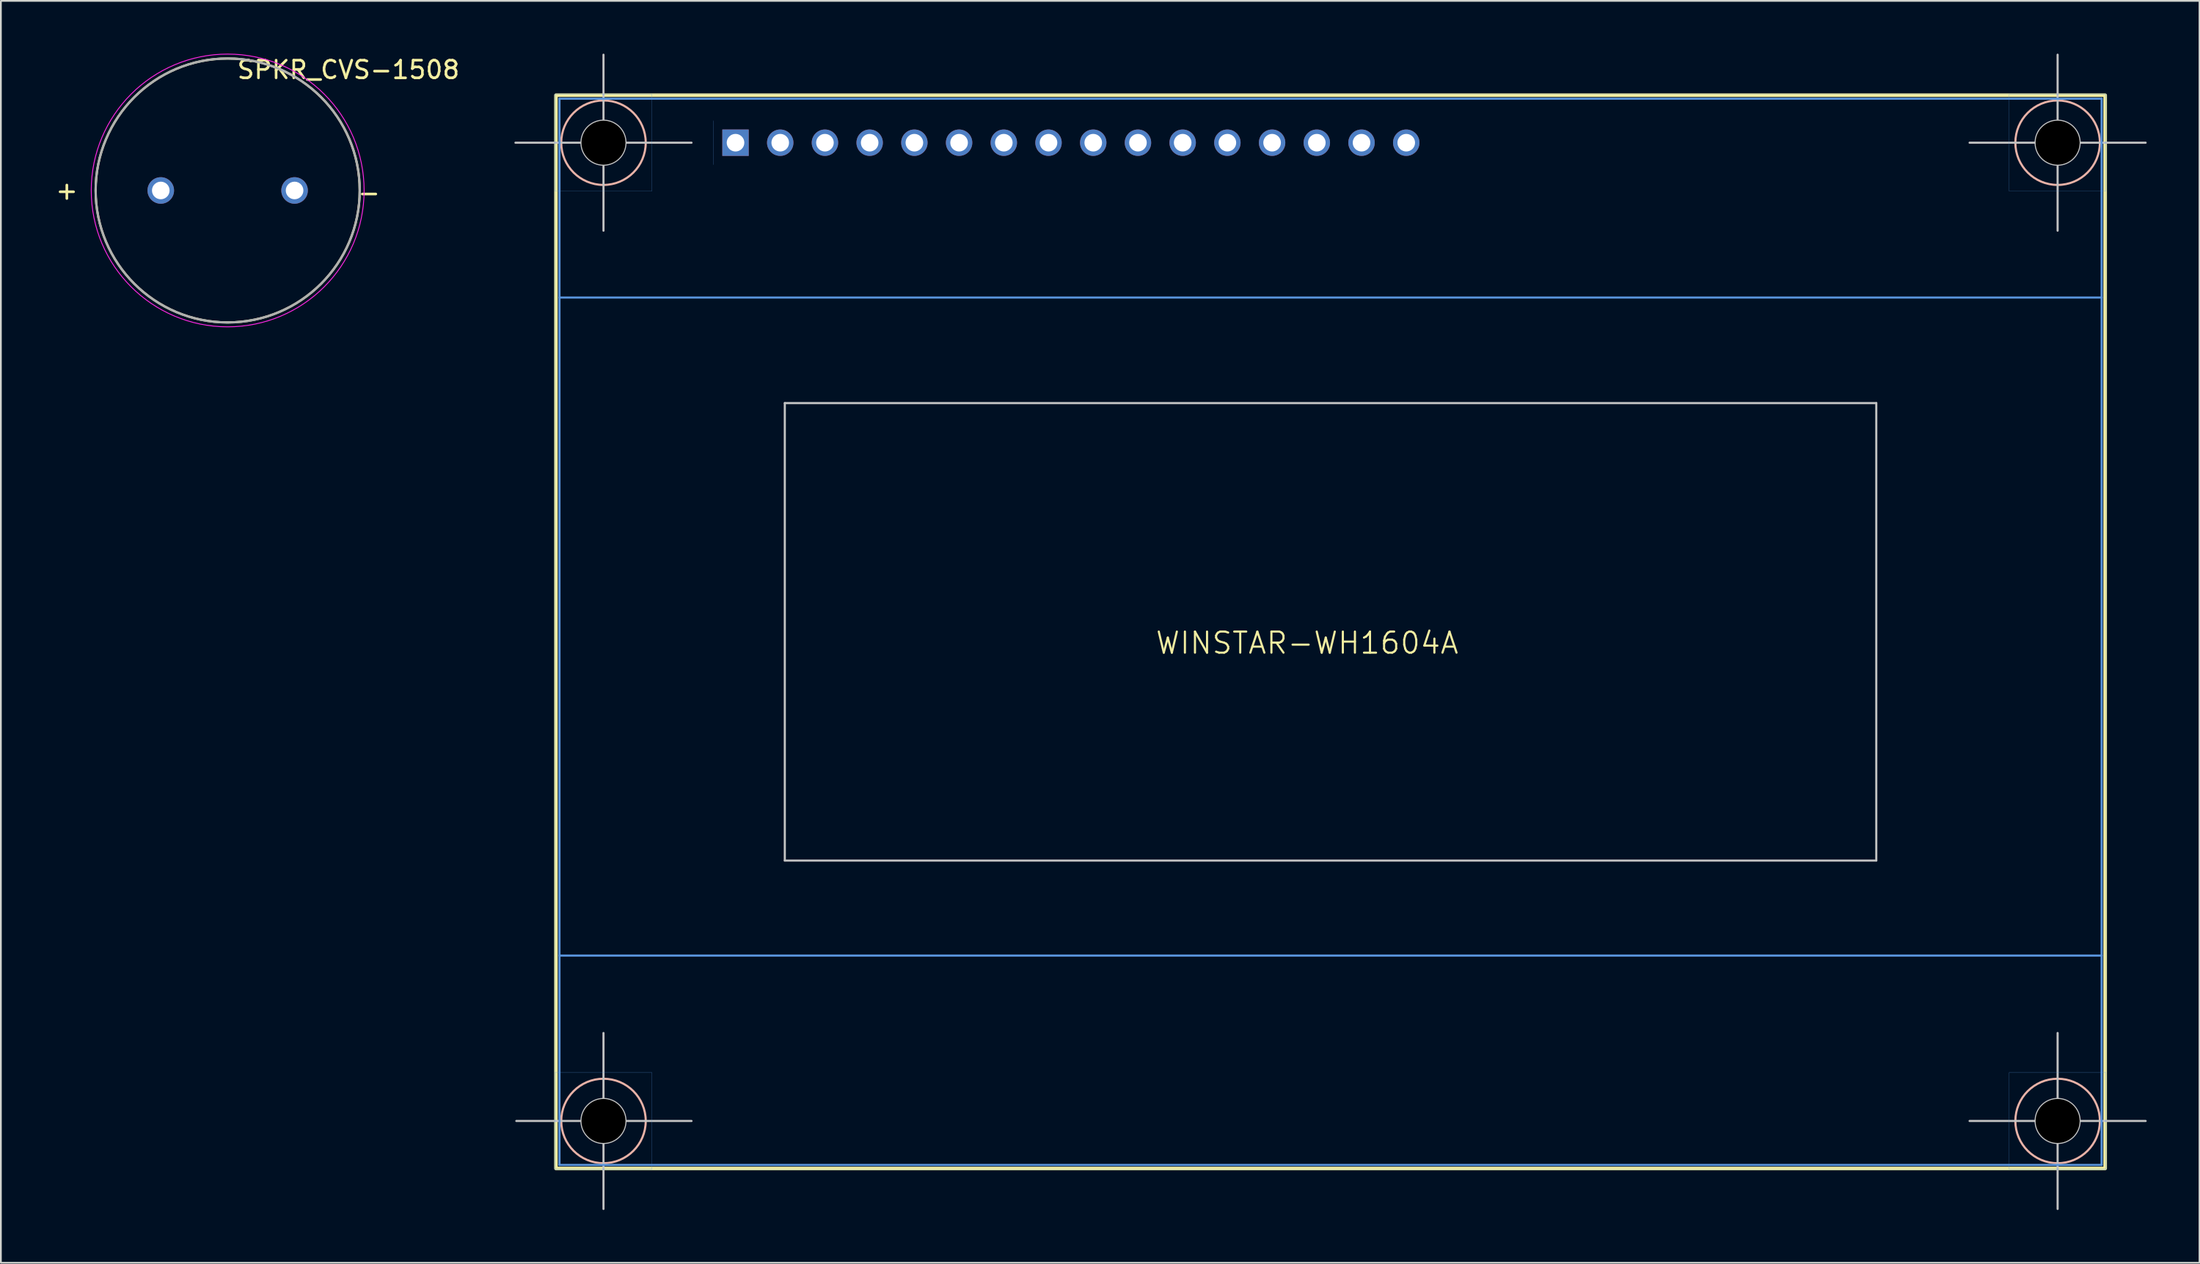
<source format=kicad_pcb>
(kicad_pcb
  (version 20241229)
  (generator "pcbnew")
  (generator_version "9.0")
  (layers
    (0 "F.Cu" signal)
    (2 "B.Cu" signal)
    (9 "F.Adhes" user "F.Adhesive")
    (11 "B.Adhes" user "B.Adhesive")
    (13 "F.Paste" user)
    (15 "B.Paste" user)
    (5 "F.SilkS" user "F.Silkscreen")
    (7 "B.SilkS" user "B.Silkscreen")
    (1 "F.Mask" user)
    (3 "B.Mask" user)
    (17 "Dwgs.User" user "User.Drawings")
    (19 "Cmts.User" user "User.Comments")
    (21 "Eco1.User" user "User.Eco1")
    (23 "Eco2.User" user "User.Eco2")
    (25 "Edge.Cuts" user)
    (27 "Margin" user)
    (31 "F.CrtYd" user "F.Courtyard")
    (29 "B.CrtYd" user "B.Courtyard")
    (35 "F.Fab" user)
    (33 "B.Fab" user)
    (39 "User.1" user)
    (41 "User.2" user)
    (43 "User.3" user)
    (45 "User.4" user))
  (footprint "SPKR_CVS-1508"
    (layer "F.Cu")
    (at 9.883 7.775)
    (property "Reference" "SPKR_CVS-1508" (at 6.858 -6.858 0) (layer "F.SilkS") (effects (font (size 1.003 1.003) (thickness 0.15))))
    (attr through_hole)
    (fp_circle (center 0 0) (end 7.5 0) (stroke (width 0.127) (type solid)) (fill no) (layer "F.SilkS"))
    (fp_circle (center 0 0) (end 7.75 0) (stroke (width 0.05) (type solid)) (fill no) (layer "F.CrtYd"))
    (fp_circle (center 0 0) (end 7.5 0) (stroke (width 0.127) (type solid)) (fill no) (layer "F.Fab"))
    (fp_text user "+" (at -9.137 0 0) (layer "F.SilkS") (effects (font (size 1.004 1.004) (thickness 0.15))))
    (fp_text user "-" (at 8.031 0.127 0) (layer "F.SilkS") (effects (font (size 1.004 1.004) (thickness 0.15))))
    (pad "M" thru_hole circle (at 3.8 0) (size 1.508 1.508) (drill 1) (layers "*.Cu" "*.Mask"))
    (pad "P" thru_hole circle (at -3.8 0) (size 1.508 1.508) (drill 1) (layers "*.Cu" "*.Mask")))
  (footprint "WINSTAR-WH1604A"
    (layer "F.Cu")
    (at 72.53 32.86)
    (property "Reference" "WINSTAR-WH1604A" (at -1.33 0.635 0) (layer "F.SilkS") (effects (font (size 1.2 1.2) (thickness 0.12))))
    (attr through_hole)
    (fp_rect (start -44 -30.5) (end 44 30.5) (stroke (width 0.203) (type default)) (fill no) (layer "F.SilkS"))
    (fp_circle (center -41.3 -27.8) (end -38.9 -27.8) (stroke (width 0.12) (type solid)) (fill no) (layer "B.SilkS"))
    (fp_circle (center -41.3 27.8) (end -38.9 27.8) (stroke (width 0.12) (type solid)) (fill no) (layer "B.SilkS"))
    (fp_circle (center 41.3 -27.8) (end 43.7 -27.8) (stroke (width 0.12) (type solid)) (fill no) (layer "B.SilkS"))
    (fp_circle (center 41.3 27.8) (end 43.7 27.8) (stroke (width 0.12) (type solid)) (fill no) (layer "B.SilkS"))
    (fp_line (start -46.25 27.8) (end -36.3 27.8) (stroke (width 0.12) (type solid)) (layer "Dwgs.User"))
    (fp_line (start -41.3 -32.8) (end -41.3 -22.8) (stroke (width 0.12) (type solid)) (layer "Dwgs.User"))
    (fp_line (start -41.3 22.8) (end -41.3 32.8) (stroke (width 0.12) (type solid)) (layer "Dwgs.User"))
    (fp_line (start -36.3 -27.8) (end -46.3 -27.8) (stroke (width 0.12) (type solid)) (layer "Dwgs.User"))
    (fp_line (start -31 -13) (end 31 -13) (stroke (width 0.12) (type solid)) (layer "Dwgs.User"))
    (fp_line (start -31 13) (end -31 -13) (stroke (width 0.12) (type solid)) (layer "Dwgs.User"))
    (fp_line (start 31 -13) (end 31 13) (stroke (width 0.12) (type solid)) (layer "Dwgs.User"))
    (fp_line (start 31 13) (end -31 13) (stroke (width 0.12) (type solid)) (layer "Dwgs.User"))
    (fp_line (start 36.3 -27.8) (end 46.3 -27.8) (stroke (width 0.12) (type solid)) (layer "Dwgs.User"))
    (fp_line (start 36.3 27.8) (end 46.3 27.8) (stroke (width 0.12) (type solid)) (layer "Dwgs.User"))
    (fp_line (start 41.3 -32.8) (end 41.3 -22.8) (stroke (width 0.12) (type solid)) (layer "Dwgs.User"))
    (fp_line (start 41.3 22.8) (end 41.3 32.8) (stroke (width 0.12) (type solid)) (layer "Dwgs.User"))
    (fp_circle (center -41.3 -27.8) (end -40.05 -27.8) (stroke (width 0.12) (type solid)) (fill no) (layer "Dwgs.User"))
    (fp_circle (center -41.3 27.8) (end -40.05 27.8) (stroke (width 0.12) (type solid)) (fill no) (layer "Dwgs.User"))
    (fp_circle (center 41.3 -27.8) (end 42.55 -27.8) (stroke (width 0.12) (type solid)) (fill no) (layer "Dwgs.User"))
    (fp_circle (center 41.3 27.8) (end 42.55 27.8) (stroke (width 0.12) (type solid)) (fill no) (layer "Dwgs.User"))
    (fp_line (start -44.05 -30.55) (end -38.55 -30.55) (stroke (width 0.01) (type solid)) (layer "Cmts.User"))
    (fp_line (start -44.05 -30.55) (end 44.05 -30.55) (stroke (width 0.01) (type solid)) (layer "Cmts.User"))
    (fp_line (start -44.05 -25.05) (end -44.05 -30.55) (stroke (width 0.01) (type solid)) (layer "Cmts.User"))
    (fp_line (start -44.05 25.05) (end -38.55 25.05) (stroke (width 0.01) (type solid)) (layer "Cmts.User"))
    (fp_line (start -44.05 30.55) (end -44.05 -30.55) (stroke (width 0.01) (type solid)) (layer "Cmts.User"))
    (fp_line (start -44.05 30.55) (end -44.05 25.05) (stroke (width 0.01) (type solid)) (layer "Cmts.User"))
    (fp_line (start -43.8 -30.3) (end -43.8 30.3) (stroke (width 0.12) (type solid)) (layer "Cmts.User"))
    (fp_line (start -43.8 -30.3) (end 43.8 -30.3) (stroke (width 0.12) (type solid)) (layer "Cmts.User"))
    (fp_line (start -43.8 -19) (end 43.8 -19) (stroke (width 0.12) (type solid)) (layer "Cmts.User"))
    (fp_line (start -38.55 -30.55) (end -38.55 -25.05) (stroke (width 0.01) (type solid)) (layer "Cmts.User"))
    (fp_line (start -38.55 -25.05) (end -44.05 -25.05) (stroke (width 0.01) (type solid)) (layer "Cmts.User"))
    (fp_line (start -38.55 25.05) (end -38.55 30.55) (stroke (width 0.01) (type solid)) (layer "Cmts.User"))
    (fp_line (start -38.55 30.55) (end -44.05 30.55) (stroke (width 0.01) (type solid)) (layer "Cmts.User"))
    (fp_line (start -35.05 -29.05) (end -35.05 -26.55) (stroke (width 0.01) (type solid)) (layer "Cmts.User"))
    (fp_line (start 38.55 -30.55) (end 38.55 -25.05) (stroke (width 0.01) (type solid)) (layer "Cmts.User"))
    (fp_line (start 38.55 -25.05) (end 44.05 -25.05) (stroke (width 0.01) (type solid)) (layer "Cmts.User"))
    (fp_line (start 38.55 25.05) (end 38.55 30.55) (stroke (width 0.01) (type solid)) (layer "Cmts.User"))
    (fp_line (start 38.55 30.55) (end 44.05 30.55) (stroke (width 0.01) (type solid)) (layer "Cmts.User"))
    (fp_line (start 43.8 -30.3) (end 43.8 30.3) (stroke (width 0.12) (type solid)) (layer "Cmts.User"))
    (fp_line (start 43.8 18.4) (end -43.8 18.4) (stroke (width 0.12) (type solid)) (layer "Cmts.User"))
    (fp_line (start 43.8 30.3) (end -43.8 30.3) (stroke (width 0.12) (type solid)) (layer "Cmts.User"))
    (fp_line (start 44.05 -30.55) (end 38.55 -30.55) (stroke (width 0.01) (type solid)) (layer "Cmts.User"))
    (fp_line (start 44.05 -30.55) (end 44.05 30.55) (stroke (width 0.01) (type solid)) (layer "Cmts.User"))
    (fp_line (start 44.05 -25.05) (end 44.05 -30.55) (stroke (width 0.01) (type solid)) (layer "Cmts.User"))
    (fp_line (start 44.05 25.05) (end 38.55 25.05) (stroke (width 0.01) (type solid)) (layer "Cmts.User"))
    (fp_line (start 44.05 30.55) (end -44.05 30.55) (stroke (width 0.01) (type solid)) (layer "Cmts.User"))
    (fp_line (start 44.05 30.55) (end 44.05 25.05) (stroke (width 0.01) (type solid)) (layer "Cmts.User"))
    (pad "" np_thru_hole circle (at -41.3 -27.8) (size 2.5 2.5) (drill 2.5) (layers "*.Mask"))
    (pad "" np_thru_hole circle (at -41.3 27.8) (size 2.5 2.5) (drill 2.5) (layers "*.Mask"))
    (pad "" np_thru_hole circle (at 41.3 -27.8) (size 2.5 2.5) (drill 2.5) (layers "*.Mask"))
    (pad "" np_thru_hole circle (at 41.3 27.8) (size 2.5 2.5) (drill 2.5) (layers "*.Mask"))
    (pad "1" thru_hole rect (at -33.8 -27.8) (size 1.5 1.5) (drill 1) (layers "*.Cu" "*.Mask"))
    (pad "2" thru_hole circle (at -31.26 -27.8) (size 1.5 1.5) (drill 1) (layers "*.Cu" "*.Mask"))
    (pad "3" thru_hole circle (at -28.72 -27.8) (size 1.5 1.5) (drill 1) (layers "*.Cu" "*.Mask"))
    (pad "4" thru_hole circle (at -26.18 -27.8) (size 1.5 1.5) (drill 1) (layers "*.Cu" "*.Mask"))
    (pad "5" thru_hole circle (at -23.64 -27.8) (size 1.5 1.5) (drill 1) (layers "*.Cu" "*.Mask"))
    (pad "6" thru_hole circle (at -21.1 -27.8) (size 1.5 1.5) (drill 1) (layers "*.Cu" "*.Mask"))
    (pad "7" thru_hole circle (at -18.56 -27.8) (size 1.5 1.5) (drill 1) (layers "*.Cu" "*.Mask"))
    (pad "8" thru_hole circle (at -16.02 -27.8) (size 1.5 1.5) (drill 1) (layers "*.Cu" "*.Mask"))
    (pad "9" thru_hole circle (at -13.48 -27.8) (size 1.5 1.5) (drill 1) (layers "*.Cu" "*.Mask"))
    (pad "10" thru_hole circle (at -10.94 -27.8) (size 1.5 1.5) (drill 1) (layers "*.Cu" "*.Mask"))
    (pad "11" thru_hole circle (at -8.4 -27.8) (size 1.5 1.5) (drill 1) (layers "*.Cu" "*.Mask"))
    (pad "12" thru_hole circle (at -5.86 -27.8) (size 1.5 1.5) (drill 1) (layers "*.Cu" "*.Mask"))
    (pad "13" thru_hole circle (at -3.32 -27.8) (size 1.5 1.5) (drill 1) (layers "*.Cu" "*.Mask"))
    (pad "14" thru_hole circle (at -0.78 -27.8) (size 1.5 1.5) (drill 1) (layers "*.Cu" "*.Mask"))
    (pad "A" thru_hole circle (at 1.76 -27.8) (size 1.5 1.5) (drill 1) (layers "*.Cu" "*.Mask"))
    (pad "K" thru_hole circle (at 4.3 -27.8) (size 1.5 1.5) (drill 1) (layers "*.Cu" "*.Mask")))
  (gr_rect
    (start -3 -3)
    (end 121.89 68.72)
    (stroke (width 0.1) (type default))
    (fill no)
    (layer "Edge.Cuts")))
</source>
